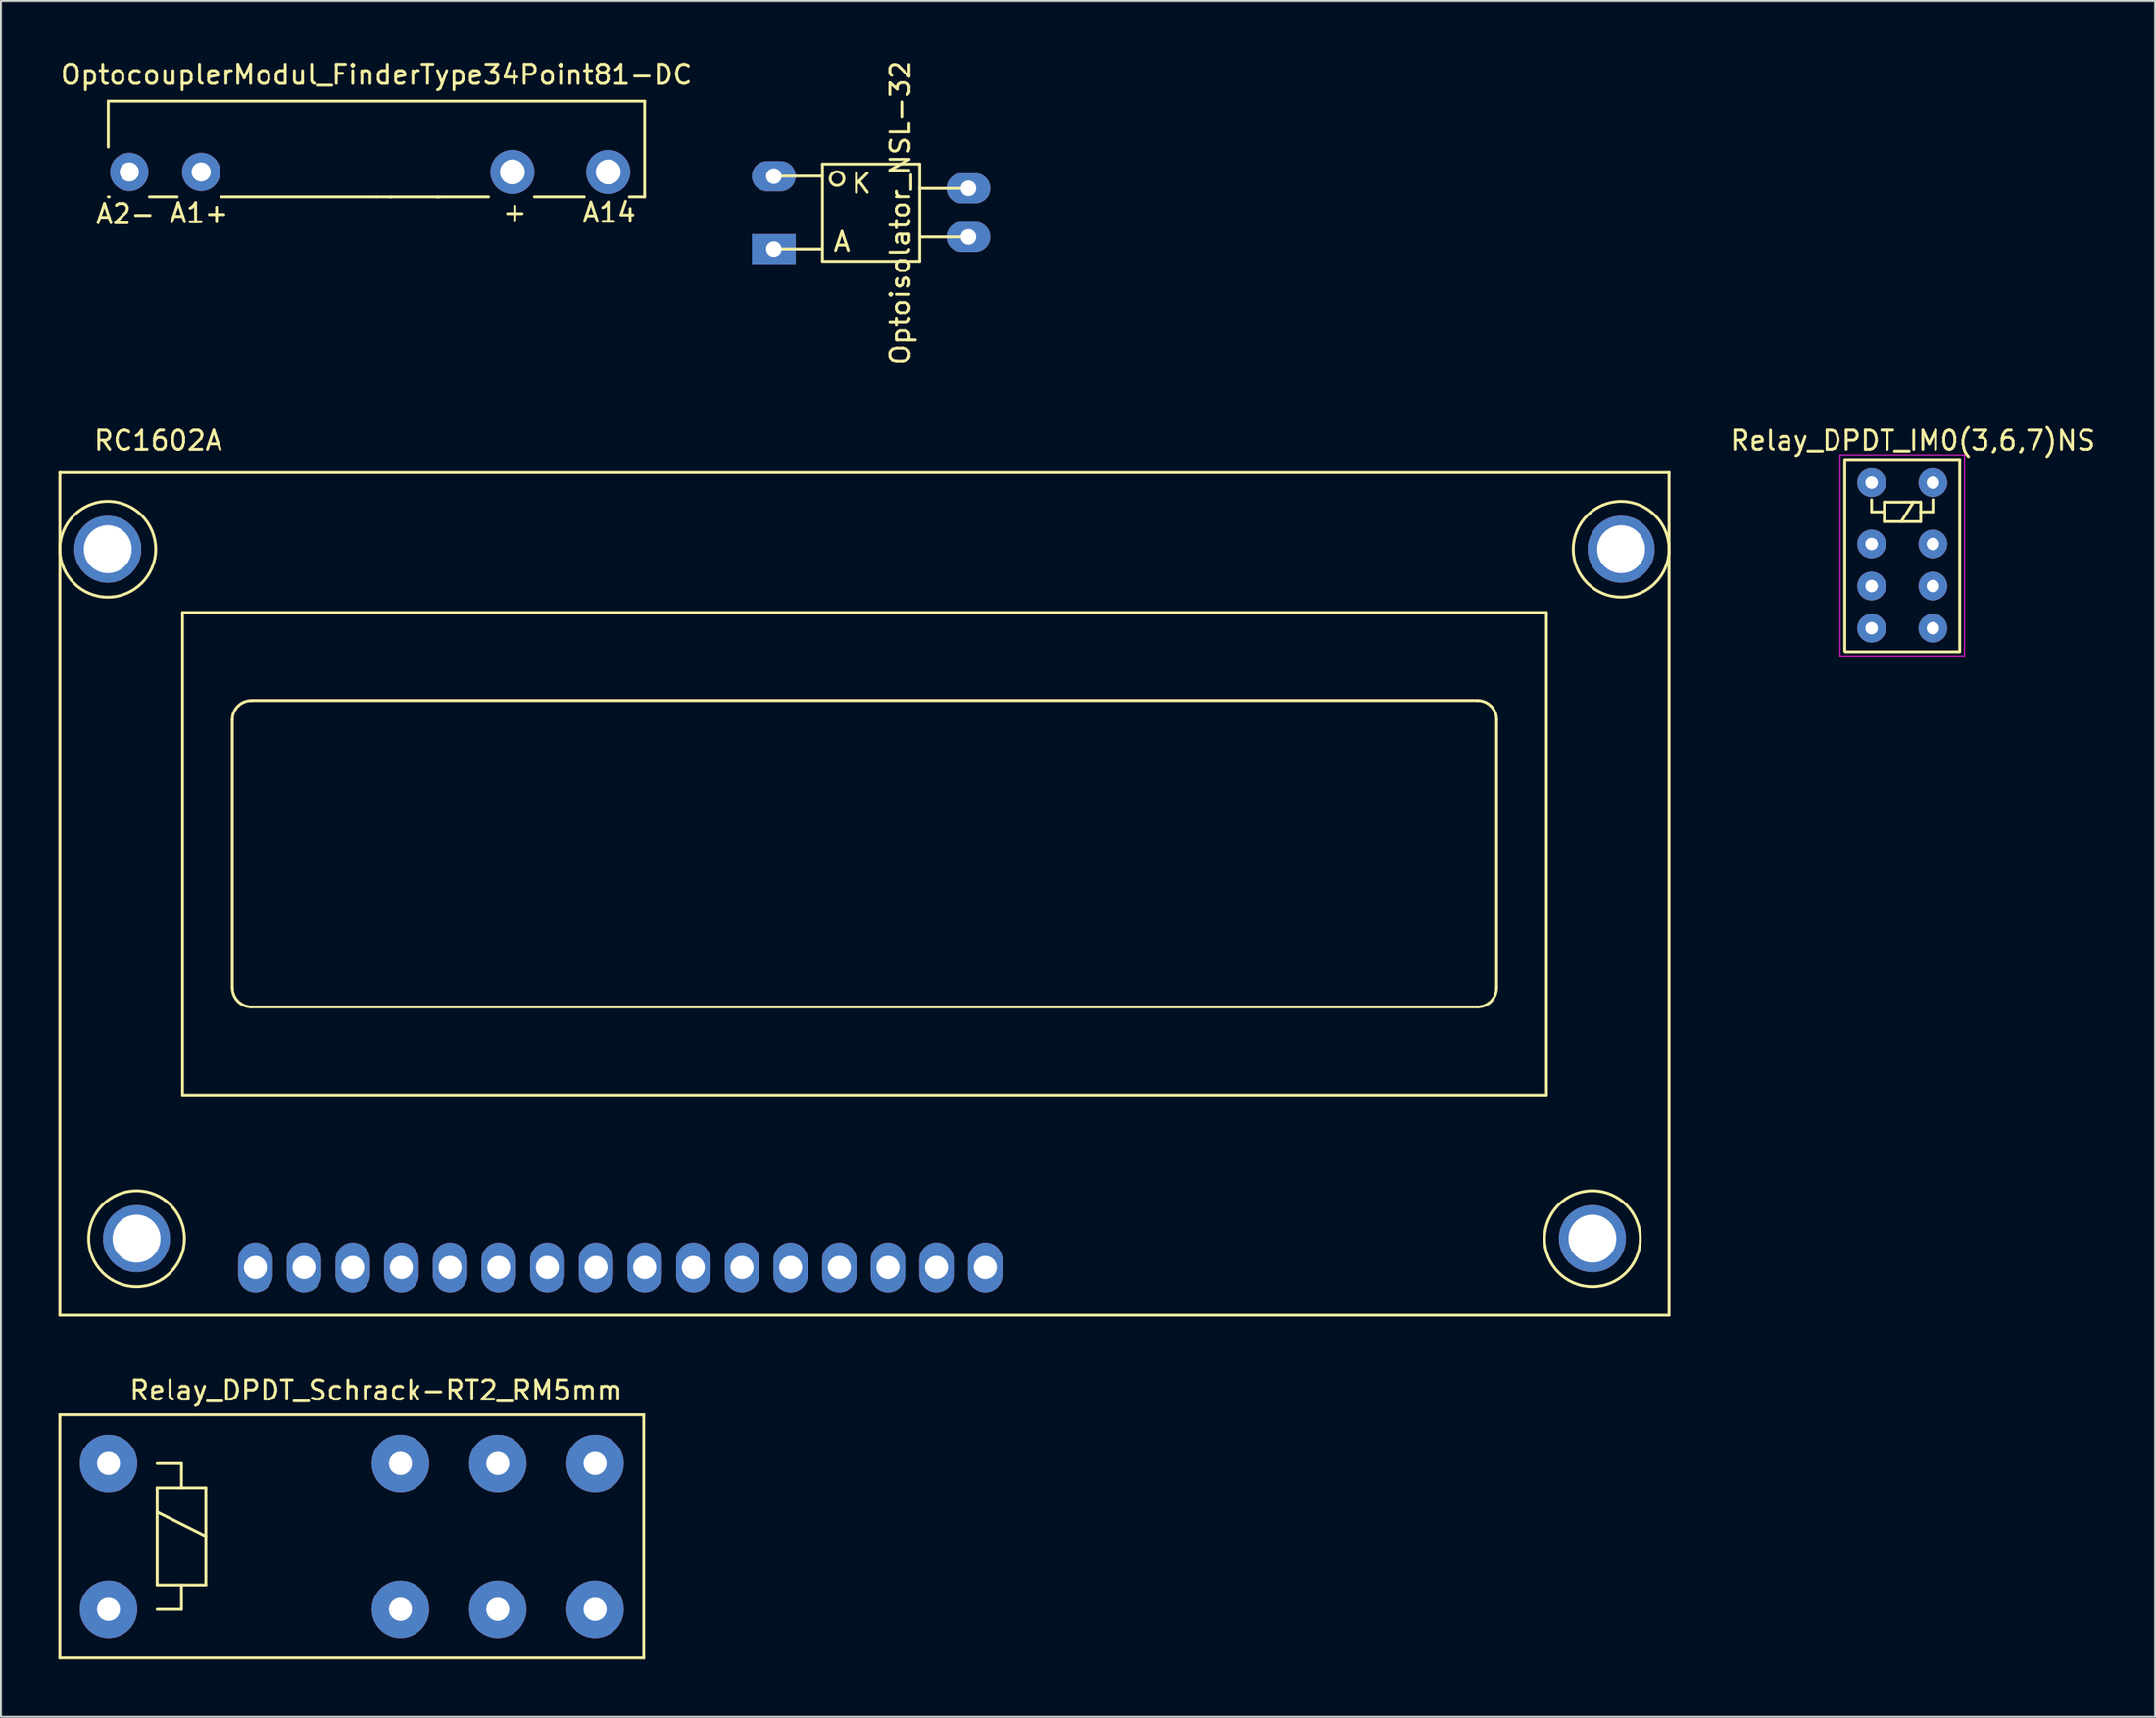
<source format=kicad_pcb>
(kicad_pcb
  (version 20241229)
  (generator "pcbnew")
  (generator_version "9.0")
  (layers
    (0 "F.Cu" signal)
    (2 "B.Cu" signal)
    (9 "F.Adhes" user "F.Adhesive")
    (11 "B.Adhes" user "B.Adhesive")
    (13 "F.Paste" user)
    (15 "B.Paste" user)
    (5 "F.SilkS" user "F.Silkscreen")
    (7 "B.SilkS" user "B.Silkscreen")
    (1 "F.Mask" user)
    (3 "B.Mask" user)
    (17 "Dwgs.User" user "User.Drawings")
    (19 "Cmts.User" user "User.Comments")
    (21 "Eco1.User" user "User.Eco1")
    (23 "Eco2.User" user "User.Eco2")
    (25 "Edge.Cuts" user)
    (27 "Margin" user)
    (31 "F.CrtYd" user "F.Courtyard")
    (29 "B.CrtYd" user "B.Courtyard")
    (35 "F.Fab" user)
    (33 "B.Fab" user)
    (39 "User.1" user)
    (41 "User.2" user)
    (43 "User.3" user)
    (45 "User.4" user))
  (footprint "Optoisolator_NSL-32"
    (layer "F.Cu")
    (at 42.425 8.054)
    (property "Reference" "Optoisolator_NSL-32" (at 1.524 0 90) (layer "F.SilkS") (effects (font (size 1 1) (thickness 0.15))))
    (attr through_hole)
    (fp_line (start -5.08 -1.905) (end -2.54 -1.905) (stroke (width 0.15) (type solid)) (layer "F.SilkS"))
    (fp_line (start -5.08 1.905) (end -2.54 1.905) (stroke (width 0.15) (type solid)) (layer "F.SilkS"))
    (fp_line (start -2.54 -2.54) (end 2.54 -2.54) (stroke (width 0.15) (type solid)) (layer "F.SilkS"))
    (fp_line (start -2.54 2.54) (end -2.54 -2.54) (stroke (width 0.15) (type solid)) (layer "F.SilkS"))
    (fp_line (start 2.54 -2.54) (end 2.54 2.54) (stroke (width 0.15) (type solid)) (layer "F.SilkS"))
    (fp_line (start 2.54 -1.27) (end 5.08 -1.27) (stroke (width 0.15) (type solid)) (layer "F.SilkS"))
    (fp_line (start 2.54 1.27) (end 5.08 1.27) (stroke (width 0.15) (type solid)) (layer "F.SilkS"))
    (fp_line (start 2.54 2.54) (end -2.54 2.54) (stroke (width 0.15) (type solid)) (layer "F.SilkS"))
    (fp_circle (center -1.778 -1.778) (end -1.524 -1.524) (stroke (width 0.15) (type solid)) (fill no) (layer "F.SilkS"))
    (fp_text user "K" (at -0.508 -1.524 0) (layer "F.SilkS") (effects (font (size 1 1) (thickness 0.15))))
    (fp_text user "A" (at -1.524 1.524 0) (layer "F.SilkS") (effects (font (size 1 1) (thickness 0.15))))
    (pad "1" thru_hole rect (at -5.08 1.905) (size 2.286 1.575) (drill 0.813) (layers "*.Cu" "*.Mask"))
    (pad "2" thru_hole oval (at -5.08 -1.905) (size 2.286 1.575) (drill 0.813) (layers "*.Cu" "*.Mask"))
    (pad "3" thru_hole oval (at 5.08 -1.27) (size 2.286 1.575) (drill 0.813) (layers "*.Cu" "*.Mask"))
    (pad "4" thru_hole oval (at 5.08 1.27) (size 2.286 1.575) (drill 0.813) (layers "*.Cu" "*.Mask")))
  (footprint "RC1602A"
    (layer "F.Cu")
    (at 43.303 63.135)
    (property "Reference" "RC1602A" (at -38.1 -43.18 0) (layer "F.SilkS") (effects (font (size 1 1) (thickness 0.15))))
    (attr through_hole)
    (fp_line (start -43.226 -41.504) (end -43.226 2.497) (stroke (width 0.15) (type solid)) (layer "F.SilkS"))
    (fp_line (start -36.825 -34.204) (end 34.374 -34.204) (stroke (width 0.15) (type solid)) (layer "F.SilkS"))
    (fp_line (start -36.825 -9.004) (end -36.825 -34.204) (stroke (width 0.15) (type solid)) (layer "F.SilkS"))
    (fp_line (start -34.227 -14.602) (end -34.227 -28.603) (stroke (width 0.15) (type solid)) (layer "F.SilkS"))
    (fp_line (start -33.226 -29.604) (end 30.775 -29.604) (stroke (width 0.15) (type solid)) (layer "F.SilkS"))
    (fp_line (start 30.775 -13.604) (end -33.226 -13.604) (stroke (width 0.15) (type solid)) (layer "F.SilkS"))
    (fp_line (start 31.773 -28.603) (end 31.773 -14.602) (stroke (width 0.15) (type solid)) (layer "F.SilkS"))
    (fp_line (start 34.374 -34.204) (end 34.374 -9.004) (stroke (width 0.15) (type solid)) (layer "F.SilkS"))
    (fp_line (start 34.374 -9.004) (end -36.825 -9.004) (stroke (width 0.15) (type solid)) (layer "F.SilkS"))
    (fp_line (start 40.775 -41.504) (end -43.226 -41.504) (stroke (width 0.15) (type solid)) (layer "F.SilkS"))
    (fp_line (start 40.775 -41.504) (end 40.775 2.497) (stroke (width 0.15) (type solid)) (layer "F.SilkS"))
    (fp_line (start 40.775 2.497) (end -43.226 2.497) (stroke (width 0.15) (type solid)) (layer "F.SilkS"))
    (fp_arc (start -34.2265 -28.60294) (mid -33.933384 -29.310584) (end -33.22574 -29.6037) (stroke (width 0.15) (type solid)) (layer "F.SilkS"))
    (fp_arc (start -33.22574 -13.60424) (mid -33.931588 -13.896612) (end -34.22396 -14.60246) (stroke (width 0.15) (type solid)) (layer "F.SilkS"))
    (fp_arc (start 30.77464 -29.6037) (mid 31.482284 -29.310584) (end 31.7754 -28.60294) (stroke (width 0.15) (type solid)) (layer "F.SilkS"))
    (fp_arc (start 31.77286 -14.60246) (mid 31.480488 -13.896612) (end 30.77464 -13.60424) (stroke (width 0.15) (type solid)) (layer "F.SilkS"))
    (fp_circle (center -40.726 -37.503) (end -38.224 -37.503) (stroke (width 0.15) (type solid)) (fill no) (layer "F.SilkS"))
    (fp_circle (center -39.225 -1.504) (end -36.726 -1.504) (stroke (width 0.15) (type solid)) (fill no) (layer "F.SilkS"))
    (fp_circle (center 36.774 -1.504) (end 39.273 -1.504) (stroke (width 0.15) (type solid)) (fill no) (layer "F.SilkS"))
    (fp_circle (center 38.275 -37.503) (end 40.775 -37.503) (stroke (width 0.15) (type solid)) (fill no) (layer "F.SilkS"))
    (pad "0" thru_hole circle (at -40.726 -37.503) (size 3.5 3.5) (drill 2.5) (layers "*.Cu" "*.Mask"))
    (pad "0" thru_hole circle (at -39.225 -1.504) (size 3.5 3.5) (drill 2.5) (layers "*.Cu" "*.Mask"))
    (pad "0" thru_hole circle (at 36.774 -1.504) (size 3.5 3.5) (drill 2.5) (layers "*.Cu" "*.Mask"))
    (pad "0" thru_hole circle (at 38.275 -37.503) (size 3.5 3.5) (drill 2.5) (layers "*.Cu" "*.Mask"))
    (pad "1" thru_hole oval (at 0 0) (size 1.8 2.6) (drill 1.2) (layers "*.Cu" "*.Mask"))
    (pad "2" thru_hole oval (at -2.54 0) (size 1.8 2.6) (drill 1.2) (layers "*.Cu" "*.Mask"))
    (pad "3" thru_hole oval (at -5.08 0) (size 1.8 2.6) (drill 1.2) (layers "*.Cu" "*.Mask"))
    (pad "4" thru_hole oval (at -7.62 0) (size 1.8 2.6) (drill 1.2) (layers "*.Cu" "*.Mask"))
    (pad "5" thru_hole oval (at -10.16 0) (size 1.8 2.6) (drill 1.2) (layers "*.Cu" "*.Mask"))
    (pad "6" thru_hole oval (at -12.7 0) (size 1.8 2.6) (drill 1.2) (layers "*.Cu" "*.Mask"))
    (pad "7" thru_hole oval (at -15.24 0) (size 1.8 2.6) (drill 1.2) (layers "*.Cu" "*.Mask"))
    (pad "8" thru_hole oval (at -17.78 0) (size 1.8 2.6) (drill 1.2) (layers "*.Cu" "*.Mask"))
    (pad "9" thru_hole oval (at -20.32 0) (size 1.8 2.6) (drill 1.2) (layers "*.Cu" "*.Mask"))
    (pad "10" thru_hole oval (at -22.86 0) (size 1.8 2.6) (drill 1.2) (layers "*.Cu" "*.Mask"))
    (pad "11" thru_hole oval (at -25.4 0) (size 1.8 2.6) (drill 1.2) (layers "*.Cu" "*.Mask"))
    (pad "12" thru_hole oval (at -27.94 0) (size 1.8 2.6) (drill 1.2) (layers "*.Cu" "*.Mask"))
    (pad "13" thru_hole oval (at -30.485 -0.003) (size 1.8 2.6) (drill 1.2) (layers "*.Cu" "*.Mask"))
    (pad "14" thru_hole oval (at -33.02 0) (size 1.8 2.6) (drill 1.2) (layers "*.Cu" "*.Mask"))
    (pad "15" thru_hole oval (at 5.08 0) (size 1.8 2.6) (drill 1.2) (layers "*.Cu" "*.Mask"))
    (pad "16" thru_hole oval (at 2.535 -0.003) (size 1.8 2.6) (drill 1.2) (layers "*.Cu" "*.Mask")))
  (footprint "OptocouplerModul_FinderType34Point81-DC"
    (layer "F.Cu")
    (at 16.601 5.928)
    (property "Reference" "OptocouplerModul_FinderType34Point81-DC" (at 0 -5.08 0) (layer "F.SilkS") (effects (font (size 1 1) (thickness 0.15))))
    (attr through_hole)
    (fp_line (start -14 -3.701) (end -14 -1.3) (stroke (width 0.15) (type solid)) (layer "F.SilkS"))
    (fp_line (start -14 1.3) (end -13.95 1.3) (stroke (width 0.15) (type solid)) (layer "F.SilkS"))
    (fp_line (start -11.849 1.3) (end -10.399 1.3) (stroke (width 0.15) (type solid)) (layer "F.SilkS"))
    (fp_line (start -8.1 1.3) (end 0 1.3) (stroke (width 0.15) (type solid)) (layer "F.SilkS"))
    (fp_line (start 0 1.3) (end 0.8 1.3) (stroke (width 0.15) (type solid)) (layer "F.SilkS"))
    (fp_line (start 3.15 1.3) (end 5.85 1.3) (stroke (width 0.15) (type solid)) (layer "F.SilkS"))
    (fp_line (start 3.299 1.3) (end 0.701 1.3) (stroke (width 0.15) (type solid)) (layer "F.SilkS"))
    (fp_line (start 8.25 1.3) (end 10.851 1.3) (stroke (width 0.15) (type solid)) (layer "F.SilkS"))
    (fp_line (start 13.2 1.3) (end 14 1.3) (stroke (width 0.15) (type solid)) (layer "F.SilkS"))
    (fp_line (start 14 -3.701) (end -14 -3.701) (stroke (width 0.15) (type solid)) (layer "F.SilkS"))
    (fp_line (start 14 1.3) (end 14 -3.701) (stroke (width 0.15) (type solid)) (layer "F.SilkS"))
    (fp_text user "A2-" (at -13.101 2.197 0) (layer "F.SilkS") (effects (font (size 1 1) (thickness 0.15))))
    (fp_text user "A14" (at 12.149 2.123 0) (layer "F.SilkS") (effects (font (size 1 1) (thickness 0.15))))
    (fp_text user "+" (at 7.224 2.101 0) (layer "F.SilkS") (effects (font (size 1 1) (thickness 0.15))))
    (fp_text user "A1+" (at -9.251 2.149 0) (layer "F.SilkS") (effects (font (size 1 1) (thickness 0.15))))
    (pad "11" thru_hole circle (at 7.099 0) (size 2.301 2.301) (drill 1.3) (layers "*.Cu" "*.Mask"))
    (pad "14" thru_hole circle (at 12.101 0) (size 2.301 2.301) (drill 1.3) (layers "*.Cu" "*.Mask"))
    (pad "A1" thru_hole circle (at -9.149 0) (size 1.999 1.999) (drill 1.001) (layers "*.Cu" "*.Mask"))
    (pad "A2" thru_hole circle (at -12.901 0) (size 1.999 1.999) (drill 1.001) (layers "*.Cu" "*.Mask")))
  (footprint "Relay_DPDT_Schrack-RT2_RM5mm"
    (layer "F.Cu")
    (at 2.615 80.985)
    (property "Reference" "Relay_DPDT_Schrack-RT2_RM5mm" (at 13.97 -11.43 0) (layer "F.SilkS") (effects (font (size 1 1) (thickness 0.15))))
    (attr through_hole)
    (fp_line (start -2.54 -10.16) (end 27.94 -10.16) (stroke (width 0.15) (type solid)) (layer "F.SilkS"))
    (fp_line (start -2.54 2.54) (end -2.54 -10.16) (stroke (width 0.15) (type solid)) (layer "F.SilkS"))
    (fp_line (start 2.54 -7.62) (end 3.81 -7.62) (stroke (width 0.15) (type solid)) (layer "F.SilkS"))
    (fp_line (start 2.54 -6.35) (end 3.81 -6.35) (stroke (width 0.15) (type solid)) (layer "F.SilkS"))
    (fp_line (start 2.54 -5.08) (end 5.08 -3.81) (stroke (width 0.15) (type solid)) (layer "F.SilkS"))
    (fp_line (start 2.54 -1.27) (end 2.54 -6.35) (stroke (width 0.15) (type solid)) (layer "F.SilkS"))
    (fp_line (start 3.81 -7.62) (end 3.81 -6.35) (stroke (width 0.15) (type solid)) (layer "F.SilkS"))
    (fp_line (start 3.81 -6.35) (end 5.08 -6.35) (stroke (width 0.15) (type solid)) (layer "F.SilkS"))
    (fp_line (start 3.81 -1.27) (end 3.81 0) (stroke (width 0.15) (type solid)) (layer "F.SilkS"))
    (fp_line (start 3.81 0) (end 2.54 0) (stroke (width 0.15) (type solid)) (layer "F.SilkS"))
    (fp_line (start 5.08 -6.35) (end 5.08 -1.27) (stroke (width 0.15) (type solid)) (layer "F.SilkS"))
    (fp_line (start 5.08 -1.27) (end 2.54 -1.27) (stroke (width 0.15) (type solid)) (layer "F.SilkS"))
    (fp_line (start 27.94 -10.16) (end 27.94 2.54) (stroke (width 0.15) (type solid)) (layer "F.SilkS"))
    (fp_line (start 27.94 2.54) (end -2.54 2.54) (stroke (width 0.15) (type solid)) (layer "F.SilkS"))
    (pad "11" thru_hole circle (at 20.32 -7.62) (size 3 3) (drill 1.199) (layers "*.Cu" "*.Mask"))
    (pad "12" thru_hole circle (at 15.24 -7.62) (size 3 3) (drill 1.199) (layers "*.Cu" "*.Mask"))
    (pad "14" thru_hole circle (at 25.4 -7.62) (size 3 3) (drill 1.199) (layers "*.Cu" "*.Mask"))
    (pad "21" thru_hole circle (at 20.32 0) (size 3 3) (drill 1.199) (layers "*.Cu" "*.Mask"))
    (pad "22" thru_hole circle (at 15.24 0) (size 3 3) (drill 1.199) (layers "*.Cu" "*.Mask"))
    (pad "24" thru_hole circle (at 25.4 0) (size 3 3) (drill 1.199) (layers "*.Cu" "*.Mask"))
    (pad "A1" thru_hole circle (at 0 -7.62) (size 3 3) (drill 1.199) (layers "*.Cu" "*.Mask"))
    (pad "A2" thru_hole circle (at 0 0) (size 3 3) (drill 1.199) (layers "*.Cu" "*.Mask")))
  (footprint "Relay_DPDT_IM0(3,6,7)NS"
    (layer "F.Cu")
    (at 94.652 22.155)
    (property "Reference" "Relay_DPDT_IM0(3,6,7)NS" (at 2.15 -2.2 0) (layer "F.SilkS") (effects (font (size 1 1) (thickness 0.15))))
    (attr through_hole)
    (fp_line (start -1.4 -1.2) (end -1.4 8.8) (stroke (width 0.15) (type solid)) (layer "F.SilkS"))
    (fp_line (start 0 0.889) (end 0 1.524) (stroke (width 0.15) (type solid)) (layer "F.SilkS"))
    (fp_line (start 0 1.524) (end 0.66 1.524) (stroke (width 0.15) (type solid)) (layer "F.SilkS"))
    (fp_line (start 0.66 1.016) (end 0.66 2.032) (stroke (width 0.15) (type solid)) (layer "F.SilkS"))
    (fp_line (start 0.66 2.032) (end 2.565 2.032) (stroke (width 0.15) (type solid)) (layer "F.SilkS"))
    (fp_line (start 2.184 1.016) (end 1.549 2.032) (stroke (width 0.15) (type solid)) (layer "F.SilkS"))
    (fp_line (start 2.565 1.016) (end 0.66 1.016) (stroke (width 0.15) (type solid)) (layer "F.SilkS"))
    (fp_line (start 2.565 1.016) (end 2.565 2.032) (stroke (width 0.15) (type solid)) (layer "F.SilkS"))
    (fp_line (start 3.2 0.889) (end 3.2 1.524) (stroke (width 0.15) (type solid)) (layer "F.SilkS"))
    (fp_line (start 3.2 1.524) (end 2.565 1.524) (stroke (width 0.15) (type solid)) (layer "F.SilkS"))
    (fp_line (start 4.597 -1.206) (end -1.372 -1.206) (stroke (width 0.15) (type solid)) (layer "F.SilkS"))
    (fp_line (start 4.597 8.826) (end -1.372 8.826) (stroke (width 0.15) (type solid)) (layer "F.SilkS"))
    (fp_line (start 4.6 -1.2) (end 4.6 8.8) (stroke (width 0.15) (type solid)) (layer "F.SilkS"))
    (fp_line (start -1.65 -1.45) (end 4.85 -1.45) (stroke (width 0.05) (type solid)) (layer "F.CrtYd"))
    (fp_line (start -1.65 9.05) (end -1.65 -1.45) (stroke (width 0.05) (type solid)) (layer "F.CrtYd"))
    (fp_line (start 4.85 -1.45) (end 4.85 9.05) (stroke (width 0.05) (type solid)) (layer "F.CrtYd"))
    (fp_line (start 4.85 9.05) (end -1.65 9.05) (stroke (width 0.05) (type solid)) (layer "F.CrtYd"))
    (pad "1" thru_hole circle (at 0 0 270) (size 1.5 1.5) (drill 0.65) (layers "*.Cu" "*.Mask"))
    (pad "2" thru_hole circle (at 0 3.2 270) (size 1.5 1.5) (drill 0.65) (layers "*.Cu" "*.Mask"))
    (pad "3" thru_hole circle (at 0 5.4 270) (size 1.5 1.5) (drill 0.65) (layers "*.Cu" "*.Mask"))
    (pad "4" thru_hole circle (at 0 7.6 270) (size 1.5 1.5) (drill 0.65) (layers "*.Cu" "*.Mask"))
    (pad "5" thru_hole circle (at 3.2 7.6 270) (size 1.5 1.5) (drill 0.65) (layers "*.Cu" "*.Mask"))
    (pad "6" thru_hole circle (at 3.2 5.4 270) (size 1.5 1.5) (drill 0.65) (layers "*.Cu" "*.Mask"))
    (pad "7" thru_hole circle (at 3.2 3.2 270) (size 1.5 1.5) (drill 0.65) (layers "*.Cu" "*.Mask"))
    (pad "8" thru_hole circle (at 3.2 0 270) (size 1.5 1.5) (drill 0.65) (layers "*.Cu" "*.Mask")))
  (gr_rect
    (start -3 -3)
    (end 109.451 86.6)
    (stroke (width 0.1) (type default))
    (fill no)
    (layer "Edge.Cuts")))
</source>
